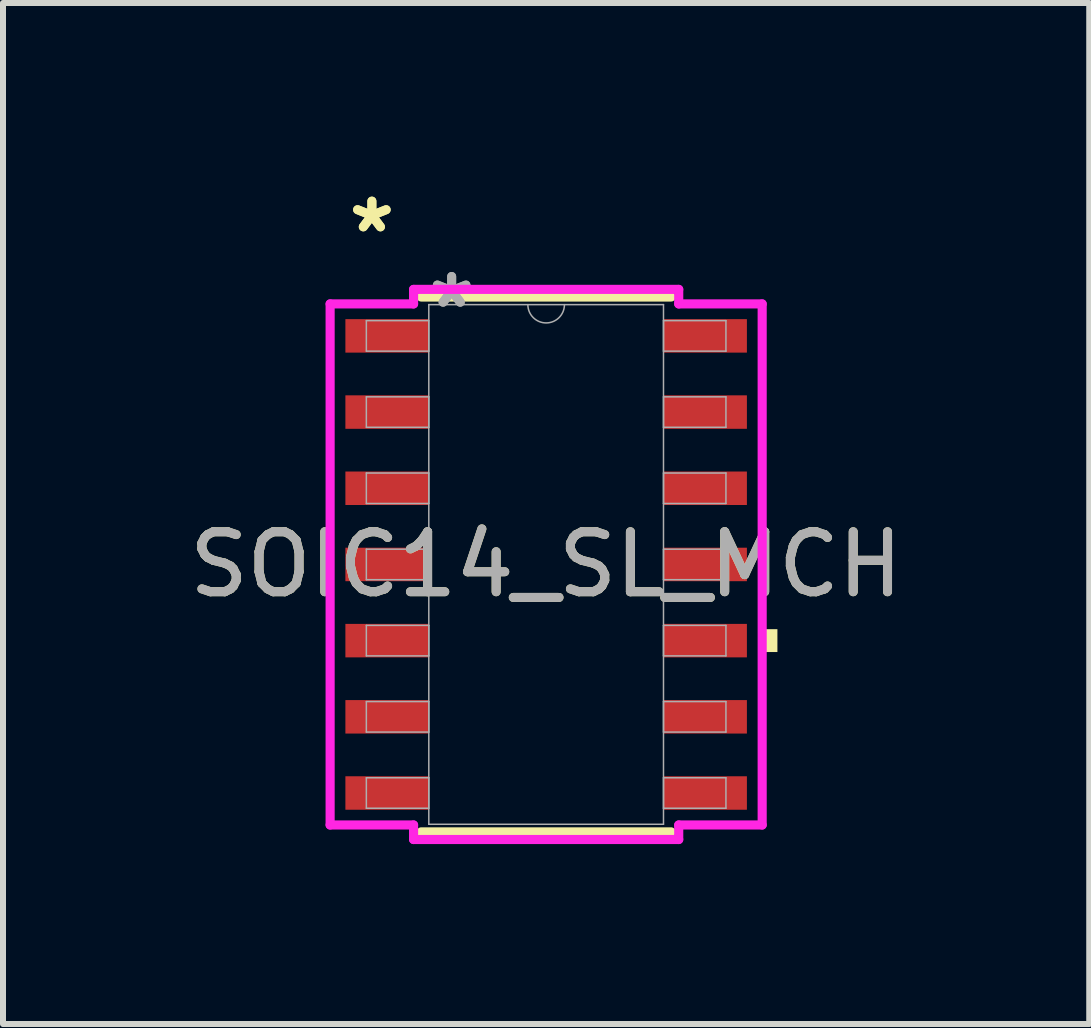
<source format=kicad_pcb>
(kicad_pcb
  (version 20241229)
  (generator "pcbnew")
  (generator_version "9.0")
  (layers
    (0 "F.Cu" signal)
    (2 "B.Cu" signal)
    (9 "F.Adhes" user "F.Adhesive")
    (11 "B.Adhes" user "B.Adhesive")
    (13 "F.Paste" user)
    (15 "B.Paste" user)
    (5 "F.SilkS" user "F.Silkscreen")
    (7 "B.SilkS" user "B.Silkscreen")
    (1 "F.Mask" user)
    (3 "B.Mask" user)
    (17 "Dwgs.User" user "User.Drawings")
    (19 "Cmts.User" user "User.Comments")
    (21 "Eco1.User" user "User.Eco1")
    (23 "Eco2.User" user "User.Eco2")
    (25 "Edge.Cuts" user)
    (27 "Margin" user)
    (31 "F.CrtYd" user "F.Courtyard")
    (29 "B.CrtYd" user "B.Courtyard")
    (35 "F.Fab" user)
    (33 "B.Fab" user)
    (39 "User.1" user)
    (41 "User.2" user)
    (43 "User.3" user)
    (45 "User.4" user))
  (footprint "SOIC14_SL_MCH"
    (layer "F.Cu")
    (at 6.054 6.359)
    (property "Reference" "SOIC14_SL_MCH" (at 0 0 0) (unlocked yes) (layer "F.SilkS") (effects (font (size 1 1) (thickness 0.15))))
    (attr smd)
    (fp_line (start -2.083 4.458) (end 2.083 4.458) (stroke (width 0.152) (type solid)) (layer "F.SilkS"))
    (fp_line (start 2.083 -4.458) (end -2.083 -4.458) (stroke (width 0.152) (type solid)) (layer "F.SilkS"))
    (fp_poly (pts (xy 3.855 1.079) (xy 3.855 1.46) (xy 3.601 1.46) (xy 3.601 1.079)) (stroke (width 0) (type solid)) (fill yes) (layer "F.SilkS"))
    (fp_line (start -3.601 -4.343) (end -2.21 -4.343) (stroke (width 0.152) (type solid)) (layer "F.CrtYd"))
    (fp_line (start -3.601 4.343) (end -3.601 -4.343) (stroke (width 0.152) (type solid)) (layer "F.CrtYd"))
    (fp_line (start -3.601 4.343) (end -2.21 4.343) (stroke (width 0.152) (type solid)) (layer "F.CrtYd"))
    (fp_line (start -2.21 -4.585) (end 2.21 -4.585) (stroke (width 0.152) (type solid)) (layer "F.CrtYd"))
    (fp_line (start -2.21 -4.343) (end -2.21 -4.585) (stroke (width 0.152) (type solid)) (layer "F.CrtYd"))
    (fp_line (start -2.21 4.585) (end -2.21 4.343) (stroke (width 0.152) (type solid)) (layer "F.CrtYd"))
    (fp_line (start 2.21 -4.585) (end 2.21 -4.343) (stroke (width 0.152) (type solid)) (layer "F.CrtYd"))
    (fp_line (start 2.21 4.343) (end 2.21 4.585) (stroke (width 0.152) (type solid)) (layer "F.CrtYd"))
    (fp_line (start 2.21 4.585) (end -2.21 4.585) (stroke (width 0.152) (type solid)) (layer "F.CrtYd"))
    (fp_line (start 3.601 -4.343) (end 2.21 -4.343) (stroke (width 0.152) (type solid)) (layer "F.CrtYd"))
    (fp_line (start 3.601 -4.343) (end 3.601 4.343) (stroke (width 0.152) (type solid)) (layer "F.CrtYd"))
    (fp_line (start 3.601 4.343) (end 2.21 4.343) (stroke (width 0.152) (type solid)) (layer "F.CrtYd"))
    (fp_line (start -2.997 -4.064) (end -2.997 -3.556) (stroke (width 0.025) (type solid)) (layer "F.Fab"))
    (fp_line (start -2.997 -3.556) (end -1.956 -3.556) (stroke (width 0.025) (type solid)) (layer "F.Fab"))
    (fp_line (start -2.997 -2.794) (end -2.997 -2.286) (stroke (width 0.025) (type solid)) (layer "F.Fab"))
    (fp_line (start -2.997 -2.286) (end -1.956 -2.286) (stroke (width 0.025) (type solid)) (layer "F.Fab"))
    (fp_line (start -2.997 -1.524) (end -2.997 -1.016) (stroke (width 0.025) (type solid)) (layer "F.Fab"))
    (fp_line (start -2.997 -1.016) (end -1.956 -1.016) (stroke (width 0.025) (type solid)) (layer "F.Fab"))
    (fp_line (start -2.997 -0.254) (end -2.997 0.254) (stroke (width 0.025) (type solid)) (layer "F.Fab"))
    (fp_line (start -2.997 0.254) (end -1.956 0.254) (stroke (width 0.025) (type solid)) (layer "F.Fab"))
    (fp_line (start -2.997 1.016) (end -2.997 1.524) (stroke (width 0.025) (type solid)) (layer "F.Fab"))
    (fp_line (start -2.997 1.524) (end -1.956 1.524) (stroke (width 0.025) (type solid)) (layer "F.Fab"))
    (fp_line (start -2.997 2.286) (end -2.997 2.794) (stroke (width 0.025) (type solid)) (layer "F.Fab"))
    (fp_line (start -2.997 2.794) (end -1.956 2.794) (stroke (width 0.025) (type solid)) (layer "F.Fab"))
    (fp_line (start -2.997 3.556) (end -2.997 4.064) (stroke (width 0.025) (type solid)) (layer "F.Fab"))
    (fp_line (start -2.997 4.064) (end -1.956 4.064) (stroke (width 0.025) (type solid)) (layer "F.Fab"))
    (fp_line (start -1.956 -4.331) (end -1.956 4.331) (stroke (width 0.025) (type solid)) (layer "F.Fab"))
    (fp_line (start -1.956 -4.064) (end -2.997 -4.064) (stroke (width 0.025) (type solid)) (layer "F.Fab"))
    (fp_line (start -1.956 -3.556) (end -1.956 -4.064) (stroke (width 0.025) (type solid)) (layer "F.Fab"))
    (fp_line (start -1.956 -2.794) (end -2.997 -2.794) (stroke (width 0.025) (type solid)) (layer "F.Fab"))
    (fp_line (start -1.956 -2.286) (end -1.956 -2.794) (stroke (width 0.025) (type solid)) (layer "F.Fab"))
    (fp_line (start -1.956 -1.524) (end -2.997 -1.524) (stroke (width 0.025) (type solid)) (layer "F.Fab"))
    (fp_line (start -1.956 -1.016) (end -1.956 -1.524) (stroke (width 0.025) (type solid)) (layer "F.Fab"))
    (fp_line (start -1.956 -0.254) (end -2.997 -0.254) (stroke (width 0.025) (type solid)) (layer "F.Fab"))
    (fp_line (start -1.956 0.254) (end -1.956 -0.254) (stroke (width 0.025) (type solid)) (layer "F.Fab"))
    (fp_line (start -1.956 1.016) (end -2.997 1.016) (stroke (width 0.025) (type solid)) (layer "F.Fab"))
    (fp_line (start -1.956 1.524) (end -1.956 1.016) (stroke (width 0.025) (type solid)) (layer "F.Fab"))
    (fp_line (start -1.956 2.286) (end -2.997 2.286) (stroke (width 0.025) (type solid)) (layer "F.Fab"))
    (fp_line (start -1.956 2.794) (end -1.956 2.286) (stroke (width 0.025) (type solid)) (layer "F.Fab"))
    (fp_line (start -1.956 3.556) (end -2.997 3.556) (stroke (width 0.025) (type solid)) (layer "F.Fab"))
    (fp_line (start -1.956 4.064) (end -1.956 3.556) (stroke (width 0.025) (type solid)) (layer "F.Fab"))
    (fp_line (start -1.956 4.331) (end 1.956 4.331) (stroke (width 0.025) (type solid)) (layer "F.Fab"))
    (fp_line (start 1.956 -4.331) (end -1.956 -4.331) (stroke (width 0.025) (type solid)) (layer "F.Fab"))
    (fp_line (start 1.956 -4.064) (end 1.956 -3.556) (stroke (width 0.025) (type solid)) (layer "F.Fab"))
    (fp_line (start 1.956 -3.556) (end 2.997 -3.556) (stroke (width 0.025) (type solid)) (layer "F.Fab"))
    (fp_line (start 1.956 -2.794) (end 1.956 -2.286) (stroke (width 0.025) (type solid)) (layer "F.Fab"))
    (fp_line (start 1.956 -2.286) (end 2.997 -2.286) (stroke (width 0.025) (type solid)) (layer "F.Fab"))
    (fp_line (start 1.956 -1.524) (end 1.956 -1.016) (stroke (width 0.025) (type solid)) (layer "F.Fab"))
    (fp_line (start 1.956 -1.016) (end 2.997 -1.016) (stroke (width 0.025) (type solid)) (layer "F.Fab"))
    (fp_line (start 1.956 -0.254) (end 1.956 0.254) (stroke (width 0.025) (type solid)) (layer "F.Fab"))
    (fp_line (start 1.956 0.254) (end 2.997 0.254) (stroke (width 0.025) (type solid)) (layer "F.Fab"))
    (fp_line (start 1.956 1.016) (end 1.956 1.524) (stroke (width 0.025) (type solid)) (layer "F.Fab"))
    (fp_line (start 1.956 1.524) (end 2.997 1.524) (stroke (width 0.025) (type solid)) (layer "F.Fab"))
    (fp_line (start 1.956 2.286) (end 1.956 2.794) (stroke (width 0.025) (type solid)) (layer "F.Fab"))
    (fp_line (start 1.956 2.794) (end 2.997 2.794) (stroke (width 0.025) (type solid)) (layer "F.Fab"))
    (fp_line (start 1.956 3.556) (end 1.956 4.064) (stroke (width 0.025) (type solid)) (layer "F.Fab"))
    (fp_line (start 1.956 4.064) (end 2.997 4.064) (stroke (width 0.025) (type solid)) (layer "F.Fab"))
    (fp_line (start 1.956 4.331) (end 1.956 -4.331) (stroke (width 0.025) (type solid)) (layer "F.Fab"))
    (fp_line (start 2.997 -4.064) (end 1.956 -4.064) (stroke (width 0.025) (type solid)) (layer "F.Fab"))
    (fp_line (start 2.997 -3.556) (end 2.997 -4.064) (stroke (width 0.025) (type solid)) (layer "F.Fab"))
    (fp_line (start 2.997 -2.794) (end 1.956 -2.794) (stroke (width 0.025) (type solid)) (layer "F.Fab"))
    (fp_line (start 2.997 -2.286) (end 2.997 -2.794) (stroke (width 0.025) (type solid)) (layer "F.Fab"))
    (fp_line (start 2.997 -1.524) (end 1.956 -1.524) (stroke (width 0.025) (type solid)) (layer "F.Fab"))
    (fp_line (start 2.997 -1.016) (end 2.997 -1.524) (stroke (width 0.025) (type solid)) (layer "F.Fab"))
    (fp_line (start 2.997 -0.254) (end 1.956 -0.254) (stroke (width 0.025) (type solid)) (layer "F.Fab"))
    (fp_line (start 2.997 0.254) (end 2.997 -0.254) (stroke (width 0.025) (type solid)) (layer "F.Fab"))
    (fp_line (start 2.997 1.016) (end 1.956 1.016) (stroke (width 0.025) (type solid)) (layer "F.Fab"))
    (fp_line (start 2.997 1.524) (end 2.997 1.016) (stroke (width 0.025) (type solid)) (layer "F.Fab"))
    (fp_line (start 2.997 2.286) (end 1.956 2.286) (stroke (width 0.025) (type solid)) (layer "F.Fab"))
    (fp_line (start 2.997 2.794) (end 2.997 2.286) (stroke (width 0.025) (type solid)) (layer "F.Fab"))
    (fp_line (start 2.997 3.556) (end 1.956 3.556) (stroke (width 0.025) (type solid)) (layer "F.Fab"))
    (fp_line (start 2.997 4.064) (end 2.997 3.556) (stroke (width 0.025) (type solid)) (layer "F.Fab"))
    (fp_arc (start 0.3048 -4.3307) (mid 0 -4.0259) (end -0.3048 -4.3307) (stroke (width 0.0254) (type solid)) (layer "F.Fab"))
    (fp_text user "*" (at -2.905 -5.511 0) (unlocked yes) (layer "F.SilkS") (effects (font (size 1 1) (thickness 0.15))))
    (fp_text user "*" (at -2.905 -5.511 0) (layer "F.SilkS") (effects (font (size 1 1) (thickness 0.15))))
    (fp_text user "${REFERENCE}" (at 0 0 0) (unlocked yes) (layer "F.Fab") (effects (font (size 1 1) (thickness 0.15))))
    (fp_text user "*" (at -1.575 -4.255 0) (unlocked yes) (layer "F.Fab") (effects (font (size 1 1) (thickness 0.15))))
    (fp_text user "*" (at -1.575 -4.255 0) (layer "F.Fab") (effects (font (size 1 1) (thickness 0.15))))
    (pad "1" smd rect (at -2.651 -3.81) (size 1.391 0.558) (layers "F.Cu" "F.Mask" "F.Paste"))
    (pad "2" smd rect (at -2.651 -2.54) (size 1.391 0.558) (layers "F.Cu" "F.Mask" "F.Paste"))
    (pad "3" smd rect (at -2.651 -1.27) (size 1.391 0.558) (layers "F.Cu" "F.Mask" "F.Paste"))
    (pad "4" smd rect (at -2.651 0) (size 1.391 0.558) (layers "F.Cu" "F.Mask" "F.Paste"))
    (pad "5" smd rect (at -2.651 1.27) (size 1.391 0.558) (layers "F.Cu" "F.Mask" "F.Paste"))
    (pad "6" smd rect (at -2.651 2.54) (size 1.391 0.558) (layers "F.Cu" "F.Mask" "F.Paste"))
    (pad "7" smd rect (at -2.651 3.81) (size 1.391 0.558) (layers "F.Cu" "F.Mask" "F.Paste"))
    (pad "8" smd rect (at 2.651 3.81) (size 1.391 0.558) (layers "F.Cu" "F.Mask" "F.Paste"))
    (pad "9" smd rect (at 2.651 2.54) (size 1.391 0.558) (layers "F.Cu" "F.Mask" "F.Paste"))
    (pad "10" smd rect (at 2.651 1.27) (size 1.391 0.558) (layers "F.Cu" "F.Mask" "F.Paste"))
    (pad "11" smd rect (at 2.651 0) (size 1.391 0.558) (layers "F.Cu" "F.Mask" "F.Paste"))
    (pad "12" smd rect (at 2.651 -1.27) (size 1.391 0.558) (layers "F.Cu" "F.Mask" "F.Paste"))
    (pad "13" smd rect (at 2.651 -2.54) (size 1.391 0.558) (layers "F.Cu" "F.Mask" "F.Paste"))
    (pad "14" smd rect (at 2.651 -3.81) (size 1.391 0.558) (layers "F.Cu" "F.Mask" "F.Paste")))
  (gr_rect
    (start -3 -3)
    (end 15.107 14.02)
    (stroke (width 0.1) (type default))
    (fill no)
    (layer "Edge.Cuts")))
</source>
